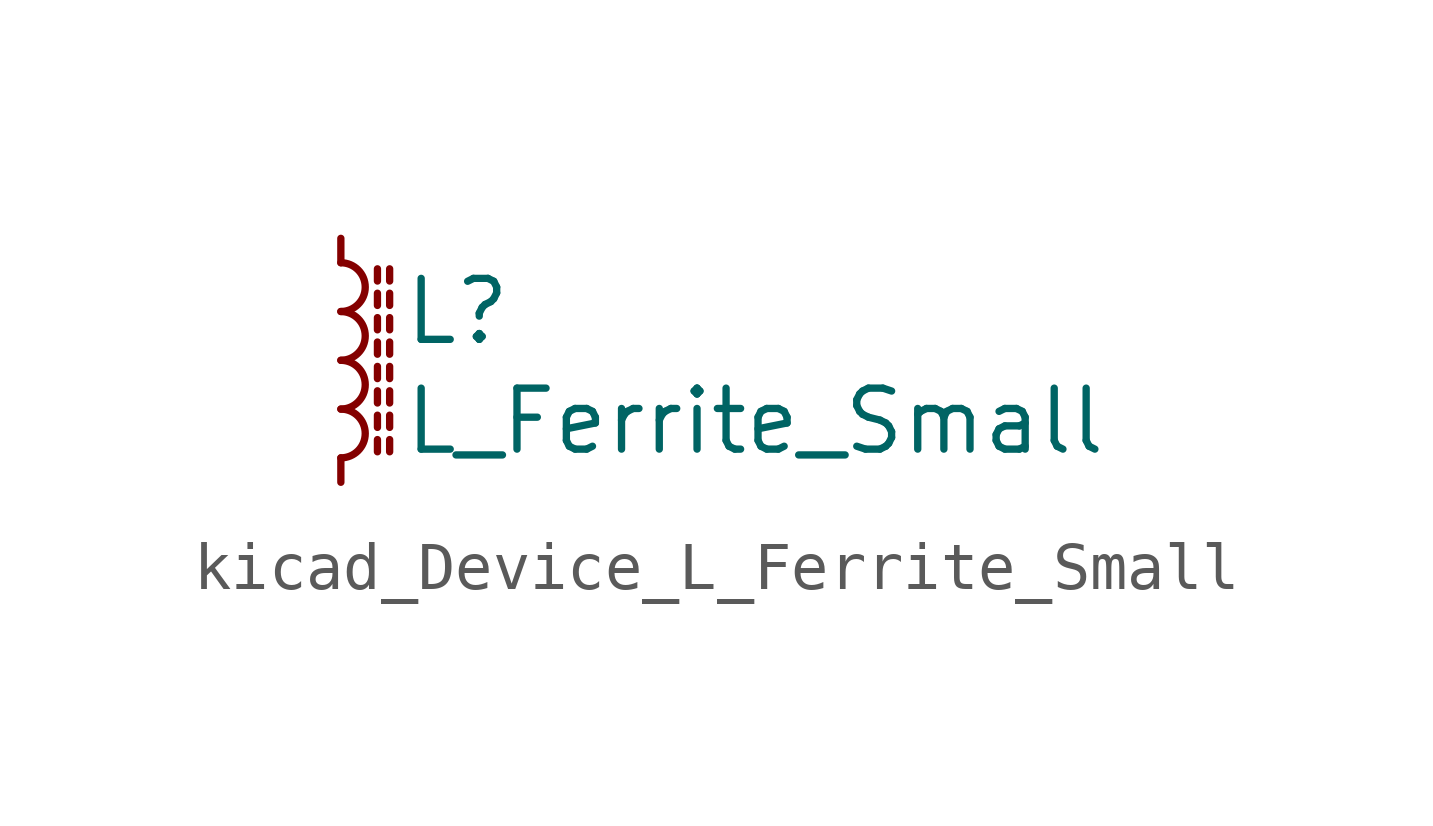
<source format=kicad_sym>
(kicad_symbol_lib
  (version 20220914)
  (generator kicad_symbol_editor)
  (symbol "kicad_Device_L_Ferrite_Small"
    (pin_numbers hide)
    (pin_names
      (offset 0.254) hide)
    (property "Reference" "L"
      (at 1.27 1.016 0)
      (effects (font (size 1.27 1.27)) (justify left)))
    (property "Value" "L_Ferrite_Small"
      (at 1.27 -1.27 0)
      (effects (font (size 1.27 1.27)) (justify left)))
    (symbol "kicad_Device_L_Ferrite_Small_0_1"
      (arc (start 0 -2.032) (mid 0.5058 -1.524) (end 0 -1.016) (stroke (width 0) (type default)) (fill (type none)))
      (arc (start 0 -1.016) (mid 0.5058 -0.508) (end 0 0) (stroke (width 0) (type default)) (fill (type none)))
      (polyline (pts (xy 0.762 -1.905) (xy 0.762 -1.651)) (stroke (width 0) (type default)) (fill (type none)))
      (polyline (pts (xy 0.762 -1.397) (xy 0.762 -1.143)) (stroke (width 0) (type default)) (fill (type none)))
      (polyline (pts (xy 0.762 -0.889) (xy 0.762 -0.635)) (stroke (width 0) (type default)) (fill (type none)))
      (polyline (pts (xy 0.762 -0.381) (xy 0.762 -0.127)) (stroke (width 0) (type default)) (fill (type none)))
      (polyline (pts (xy 0.762 0.127) (xy 0.762 0.381)) (stroke (width 0) (type default)) (fill (type none)))
      (polyline (pts (xy 0.762 0.635) (xy 0.762 0.889)) (stroke (width 0) (type default)) (fill (type none)))
      (polyline (pts (xy 0.762 1.143) (xy 0.762 1.397)) (stroke (width 0) (type default)) (fill (type none)))
      (polyline (pts (xy 0.762 1.651) (xy 0.762 1.905)) (stroke (width 0) (type default)) (fill (type none)))
      (polyline (pts (xy 1.016 -1.651) (xy 1.016 -1.905)) (stroke (width 0) (type default)) (fill (type none)))
      (polyline (pts (xy 1.016 -1.143) (xy 1.016 -1.397)) (stroke (width 0) (type default)) (fill (type none)))
      (polyline (pts (xy 1.016 -0.635) (xy 1.016 -0.889)) (stroke (width 0) (type default)) (fill (type none)))
      (polyline (pts (xy 1.016 -0.127) (xy 1.016 -0.381)) (stroke (width 0) (type default)) (fill (type none)))
      (polyline (pts (xy 1.016 0.381) (xy 1.016 0.127)) (stroke (width 0) (type default)) (fill (type none)))
      (polyline (pts (xy 1.016 0.889) (xy 1.016 0.635)) (stroke (width 0) (type default)) (fill (type none)))
      (polyline (pts (xy 1.016 1.397) (xy 1.016 1.143)) (stroke (width 0) (type default)) (fill (type none)))
      (polyline (pts (xy 1.016 1.905) (xy 1.016 1.651)) (stroke (width 0) (type default)) (fill (type none)))
      (arc (start 0 0) (mid 0.5058 0.508) (end 0 1.016) (stroke (width 0) (type default)) (fill (type none)))
      (arc (start 0 1.016) (mid 0.5058 1.524) (end 0 2.032) (stroke (width 0) (type default)) (fill (type none))))
    (symbol "kicad_Device_L_Ferrite_Small_1_1"
      (pin passive line (at 0 2.54 270) (length 0.508) (name "~" (effects (font (size 1.27 1.27)))) (number "1" (effects (font (size 1.27 1.27)))))
      (pin passive line (at 0 -2.54 90) (length 0.508) (name "~" (effects (font (size 1.27 1.27)))) (number "2" (effects (font (size 1.27 1.27))))))))
</source>
